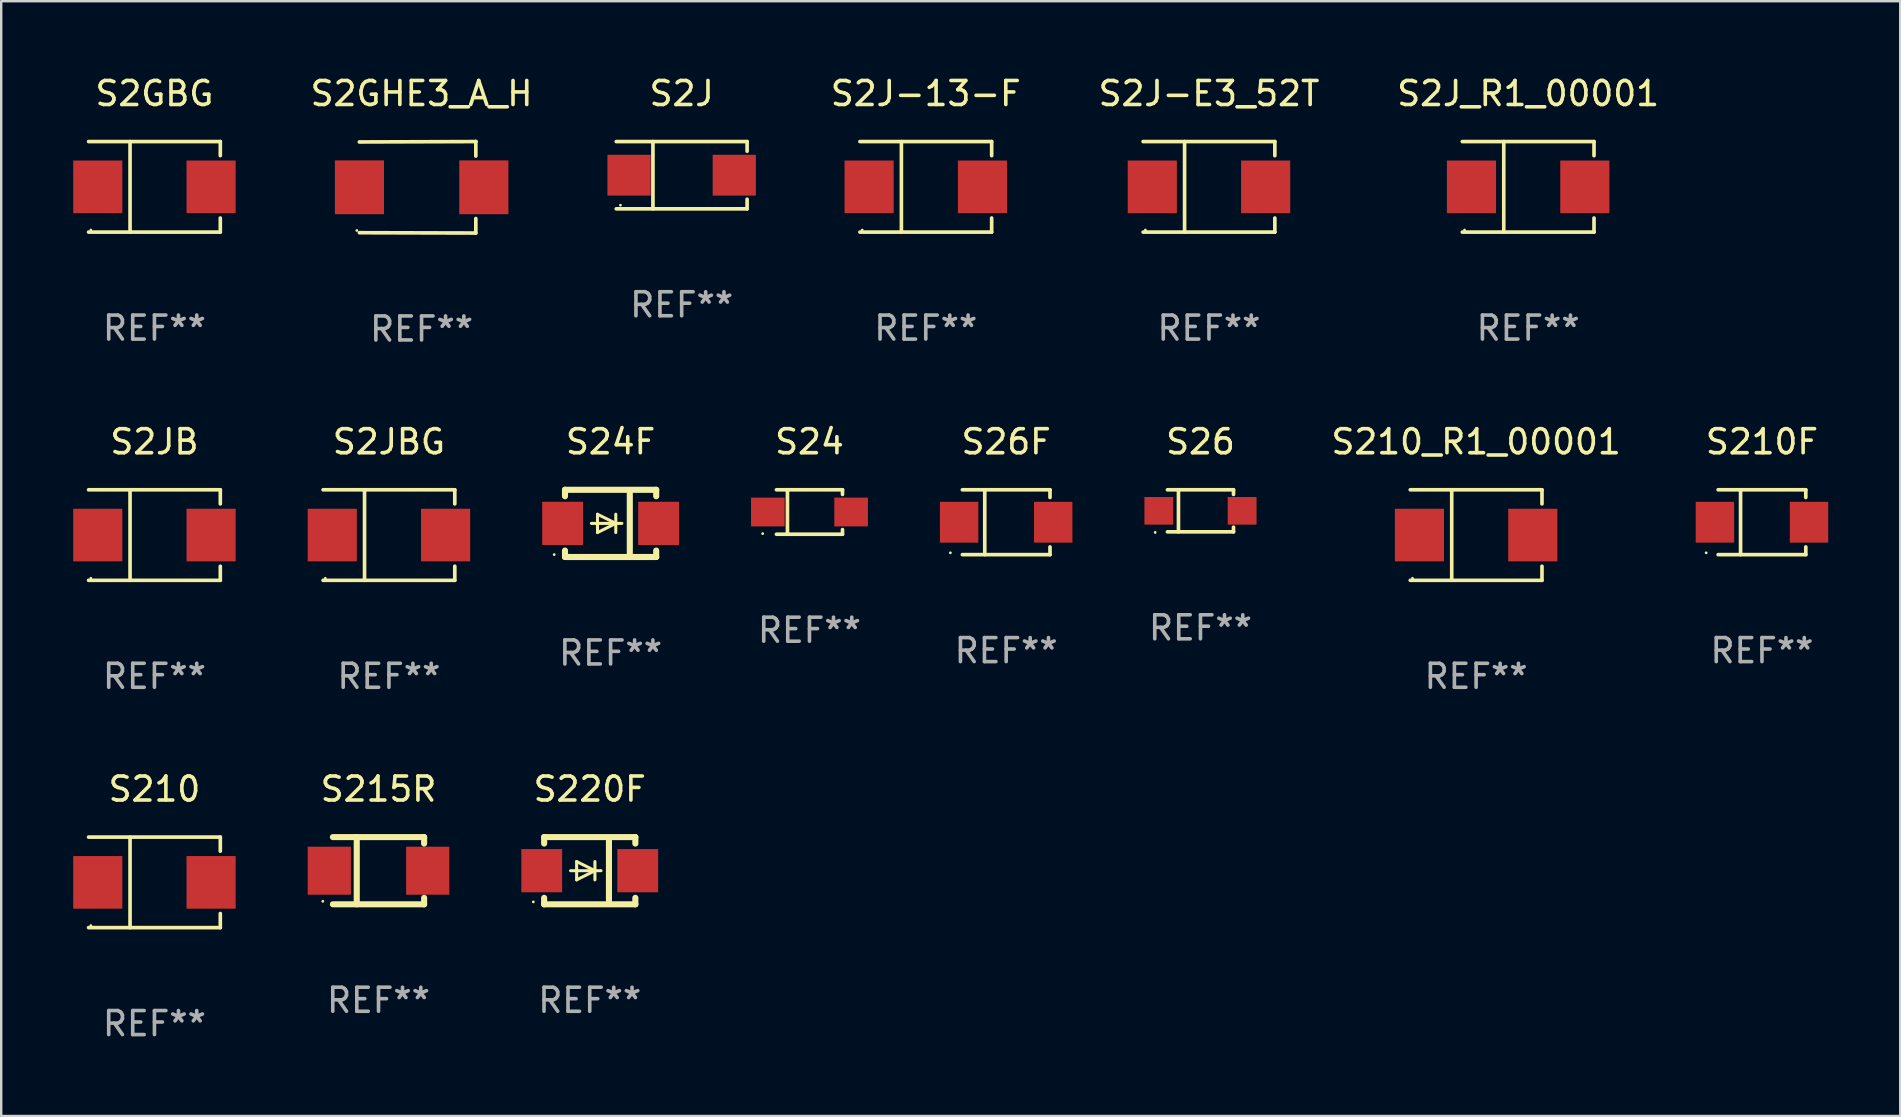
<source format=kicad_pcb>
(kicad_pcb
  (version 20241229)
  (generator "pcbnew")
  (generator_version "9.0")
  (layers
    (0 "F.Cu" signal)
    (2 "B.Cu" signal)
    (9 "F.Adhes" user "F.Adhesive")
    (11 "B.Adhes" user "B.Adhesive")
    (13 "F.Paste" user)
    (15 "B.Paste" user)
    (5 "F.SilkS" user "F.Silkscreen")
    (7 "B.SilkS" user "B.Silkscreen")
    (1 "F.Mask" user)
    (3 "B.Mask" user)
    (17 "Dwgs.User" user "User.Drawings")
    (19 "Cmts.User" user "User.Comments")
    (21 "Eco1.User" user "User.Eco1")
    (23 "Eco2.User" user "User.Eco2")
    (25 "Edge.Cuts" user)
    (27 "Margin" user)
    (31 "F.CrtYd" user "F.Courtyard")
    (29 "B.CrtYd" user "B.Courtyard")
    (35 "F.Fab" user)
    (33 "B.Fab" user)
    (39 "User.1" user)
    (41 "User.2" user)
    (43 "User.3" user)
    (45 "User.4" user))
  (footprint "S220F"
    (layer "F.Cu")
    (at 21.519 33.224)
    (property "Reference" "S220F" (at 0 -3.4 0) (layer "F.SilkS") (effects (font (size 1 1) (thickness 0.15))))
    (attr through_hole)
    (fp_line (start -1.9 -1.4) (end -1.9 -1.131) (stroke (width 0.254) (type solid)) (layer "F.SilkS"))
    (fp_line (start -1.9 -1.4) (end 1.9 -1.4) (stroke (width 0.254) (type solid)) (layer "F.SilkS"))
    (fp_line (start -1.9 1.131) (end -1.9 1.4) (stroke (width 0.254) (type solid)) (layer "F.SilkS"))
    (fp_line (start -1.9 1.4) (end 1.9 1.4) (stroke (width 0.254) (type solid)) (layer "F.SilkS"))
    (fp_line (start -0.8 0) (end 0.47 0) (stroke (width 0.127) (type solid)) (layer "F.SilkS"))
    (fp_line (start -0.546 -0.381) (end 0.216 0) (stroke (width 0.127) (type solid)) (layer "F.SilkS"))
    (fp_line (start -0.546 0) (end -0.546 -0.381) (stroke (width 0.127) (type solid)) (layer "F.SilkS"))
    (fp_line (start -0.546 0) (end -0.546 0.381) (stroke (width 0.127) (type solid)) (layer "F.SilkS"))
    (fp_line (start -0.546 0.381) (end 0.216 0) (stroke (width 0.127) (type solid)) (layer "F.SilkS"))
    (fp_line (start 0.216 0) (end 0.216 -0.381) (stroke (width 0.127) (type solid)) (layer "F.SilkS"))
    (fp_line (start 0.216 0) (end 0.216 0.381) (stroke (width 0.127) (type solid)) (layer "F.SilkS"))
    (fp_line (start 0.8 1.25) (end 0.8 -1.25) (stroke (width 0.254) (type solid)) (layer "F.SilkS"))
    (fp_line (start 1.9 -1.4) (end 1.9 -1.131) (stroke (width 0.254) (type solid)) (layer "F.SilkS"))
    (fp_line (start 1.9 1.131) (end 1.9 1.4) (stroke (width 0.254) (type solid)) (layer "F.SilkS"))
    (fp_circle (center -2.35 1.3) (end -2.32 1.3) (stroke (width 0.06) (type solid)) (fill no) (layer "F.SilkS"))
    (fp_text user "REF**" (at 0 5.4 0) (layer "F.Fab") (effects (font (size 1 1) (thickness 0.15))))
    (pad "1" smd rect (at -2 0 180) (size 1.7 1.8) (layers "F.Cu" "F.Mask" "F.Paste"))
    (pad "2" smd rect (at 2 0 180) (size 1.7 1.8) (layers "F.Cu" "F.Mask" "F.Paste")))
  (footprint "S2J-13-F"
    (layer "F.Cu")
    (at 35.519 4.734)
    (property "Reference" "S2J-13-F" (at 0 -3.886 0) (layer "F.SilkS") (effects (font (size 1 1) (thickness 0.15))))
    (attr through_hole)
    (fp_line (start -2.744 -1.886) (end 2.744 -1.886) (stroke (width 0.152) (type solid)) (layer "F.SilkS"))
    (fp_line (start -2.744 1.886) (end 2.744 1.886) (stroke (width 0.152) (type solid)) (layer "F.SilkS"))
    (fp_line (start -1.016 -1.886) (end -1.016 1.886) (stroke (width 0.152) (type solid)) (layer "F.SilkS"))
    (fp_line (start 2.744 -1.886) (end 2.744 -1.299) (stroke (width 0.152) (type solid)) (layer "F.SilkS"))
    (fp_line (start 2.744 1.886) (end 2.744 1.299) (stroke (width 0.152) (type solid)) (layer "F.SilkS"))
    (fp_circle (center -2.65 1.8) (end -2.62 1.8) (stroke (width 0.06) (type solid)) (fill no) (layer "F.SilkS"))
    (fp_text user "REF**" (at 0 5.886 0) (layer "F.Fab") (effects (font (size 1 1) (thickness 0.15))))
    (pad "1" smd rect (at -2.361 0) (size 2.047 2.192) (layers "F.Cu" "F.Mask" "F.Paste"))
    (pad "2" smd rect (at 2.361 0) (size 2.047 2.192) (layers "F.Cu" "F.Mask" "F.Paste")))
  (footprint "S26F"
    (layer "F.Cu")
    (at 38.868 18.706)
    (property "Reference" "S26F" (at 0 -3.351 0) (layer "F.SilkS") (effects (font (size 1 1) (thickness 0.15))))
    (attr through_hole)
    (fp_line (start -1.826 -1.351) (end 1.826 -1.351) (stroke (width 0.152) (type solid)) (layer "F.SilkS"))
    (fp_line (start -1.826 1.351) (end 1.826 1.351) (stroke (width 0.152) (type solid)) (layer "F.SilkS"))
    (fp_line (start -0.892 -1.351) (end -0.892 1.351) (stroke (width 0.152) (type solid)) (layer "F.SilkS"))
    (fp_line (start 1.826 -1.351) (end 1.826 -1.03) (stroke (width 0.152) (type solid)) (layer "F.SilkS"))
    (fp_line (start 1.826 1.03) (end 1.826 1.351) (stroke (width 0.152) (type solid)) (layer "F.SilkS"))
    (fp_circle (center -2.325 1.275) (end -2.295 1.275) (stroke (width 0.06) (type solid)) (fill no) (layer "F.SilkS"))
    (fp_text user "REF**" (at 0 5.351 0) (layer "F.Fab") (effects (font (size 1 1) (thickness 0.15))))
    (pad "1" smd rect (at -1.96 0 180) (size 1.6 1.7) (layers "F.Cu" "F.Mask" "F.Paste"))
    (pad "2" smd rect (at 1.96 0 180) (size 1.6 1.7) (layers "F.Cu" "F.Mask" "F.Paste")))
  (footprint "S2GBG"
    (layer "F.Cu")
    (at 3.384 4.734)
    (property "Reference" "S2GBG" (at 0 -3.886 0) (layer "F.SilkS") (effects (font (size 1 1) (thickness 0.15))))
    (attr through_hole)
    (fp_line (start -2.744 -1.886) (end 2.744 -1.886) (stroke (width 0.152) (type solid)) (layer "F.SilkS"))
    (fp_line (start -2.744 1.886) (end 2.744 1.886) (stroke (width 0.152) (type solid)) (layer "F.SilkS"))
    (fp_line (start -1.016 -1.886) (end -1.016 1.886) (stroke (width 0.152) (type solid)) (layer "F.SilkS"))
    (fp_line (start 2.744 -1.886) (end 2.744 -1.299) (stroke (width 0.152) (type solid)) (layer "F.SilkS"))
    (fp_line (start 2.744 1.886) (end 2.744 1.299) (stroke (width 0.152) (type solid)) (layer "F.SilkS"))
    (fp_circle (center -2.65 1.8) (end -2.62 1.8) (stroke (width 0.06) (type solid)) (fill no) (layer "F.SilkS"))
    (fp_text user "REF**" (at 0 5.886 0) (layer "F.Fab") (effects (font (size 1 1) (thickness 0.15))))
    (pad "1" smd rect (at -2.361 0) (size 2.047 2.192) (layers "F.Cu" "F.Mask" "F.Paste"))
    (pad "2" smd rect (at 2.361 0) (size 2.047 2.192) (layers "F.Cu" "F.Mask" "F.Paste")))
  (footprint "S2GHE3_A_H"
    (layer "F.Cu")
    (at 14.513 4.753)
    (property "Reference" "S2GHE3_A_H" (at 0 -3.905 0) (layer "F.SilkS") (effects (font (size 1 1) (thickness 0.15))))
    (attr through_hole)
    (fp_line (start 2.256 -1.905) (end -2.594 -1.889) (stroke (width 0.152) (type solid)) (layer "F.SilkS"))
    (fp_line (start 2.256 -1.905) (end 2.26 -1.905) (stroke (width 0.152) (type solid)) (layer "F.SilkS"))
    (fp_line (start 2.26 -1.905) (end 2.26 -1.301) (stroke (width 0.152) (type solid)) (layer "F.SilkS"))
    (fp_line (start 2.26 1.301) (end 2.26 1.905) (stroke (width 0.152) (type solid)) (layer "F.SilkS"))
    (fp_line (start 2.26 1.905) (end -2.59 1.892) (stroke (width 0.152) (type solid)) (layer "F.SilkS"))
    (fp_circle (center -2.697 1.8) (end -2.667 1.8) (stroke (width 0.06) (type solid)) (fill no) (layer "F.SilkS"))
    (fp_text user "REF**" (at 0 5.905 0) (layer "F.Fab") (effects (font (size 1 1) (thickness 0.15))))
    (pad "1" smd rect (at -2.588 0) (size 2.047 2.241) (layers "F.Cu" "F.Mask" "F.Paste"))
    (pad "2" smd rect (at 2.594 0) (size 2.047 2.241) (layers "F.Cu" "F.Mask" "F.Paste")))
  (footprint "S210"
    (layer "F.Cu")
    (at 3.384 33.71)
    (property "Reference" "S210" (at 0 -3.886 0) (layer "F.SilkS") (effects (font (size 1 1) (thickness 0.15))))
    (attr through_hole)
    (fp_line (start -2.744 -1.886) (end 2.744 -1.886) (stroke (width 0.152) (type solid)) (layer "F.SilkS"))
    (fp_line (start -2.744 1.886) (end 2.744 1.886) (stroke (width 0.152) (type solid)) (layer "F.SilkS"))
    (fp_line (start -1.016 -1.886) (end -1.016 1.886) (stroke (width 0.152) (type solid)) (layer "F.SilkS"))
    (fp_line (start 2.744 -1.886) (end 2.744 -1.299) (stroke (width 0.152) (type solid)) (layer "F.SilkS"))
    (fp_line (start 2.744 1.886) (end 2.744 1.299) (stroke (width 0.152) (type solid)) (layer "F.SilkS"))
    (fp_circle (center -2.65 1.8) (end -2.62 1.8) (stroke (width 0.06) (type solid)) (fill no) (layer "F.SilkS"))
    (fp_text user "REF**" (at 0 5.886 0) (layer "F.Fab") (effects (font (size 1 1) (thickness 0.15))))
    (pad "1" smd rect (at -2.361 0) (size 2.047 2.192) (layers "F.Cu" "F.Mask" "F.Paste"))
    (pad "2" smd rect (at 2.361 0) (size 2.047 2.192) (layers "F.Cu" "F.Mask" "F.Paste")))
  (footprint "S215R"
    (layer "F.Cu")
    (at 12.719 33.224)
    (property "Reference" "S215R" (at 0 -3.4 0) (layer "F.SilkS") (effects (font (size 1 1) (thickness 0.15))))
    (attr through_hole)
    (fp_line (start -1.9 -1.4) (end 1.9 -1.4) (stroke (width 0.254) (type solid)) (layer "F.SilkS"))
    (fp_line (start -1.9 1.4) (end 1.9 1.4) (stroke (width 0.254) (type solid)) (layer "F.SilkS"))
    (fp_line (start -0.954 -1.4) (end -0.907 -1.4) (stroke (width 0.254) (type solid)) (layer "F.SilkS"))
    (fp_line (start -0.907 -1.4) (end -0.907 1.4) (stroke (width 0.254) (type solid)) (layer "F.SilkS"))
    (fp_line (start 1.9 -1.4) (end 1.9 -1.131) (stroke (width 0.254) (type solid)) (layer "F.SilkS"))
    (fp_line (start 1.9 1.131) (end 1.9 1.4) (stroke (width 0.254) (type solid)) (layer "F.SilkS"))
    (fp_circle (center -2.32 1.275) (end -2.29 1.275) (stroke (width 0.06) (type solid)) (fill no) (layer "F.SilkS"))
    (fp_text user "REF**" (at 0 5.4 0) (layer "F.Fab") (effects (font (size 1 1) (thickness 0.15))))
    (pad "1" smd rect (at -2.05 0 180) (size 1.8 2) (layers "F.Cu" "F.Mask" "F.Paste"))
    (pad "2" smd rect (at 2.05 0 180) (size 1.8 2) (layers "F.Cu" "F.Mask" "F.Paste")))
  (footprint "S26"
    (layer "F.Cu")
    (at 46.963 18.231)
    (property "Reference" "S26" (at 0 -2.876 0) (layer "F.SilkS") (effects (font (size 1 1) (thickness 0.15))))
    (attr through_hole)
    (fp_line (start -1.376 -0.876) (end 1.376 -0.876) (stroke (width 0.152) (type solid)) (layer "F.SilkS"))
    (fp_line (start -1.376 0.876) (end 1.376 0.876) (stroke (width 0.152) (type solid)) (layer "F.SilkS"))
    (fp_line (start -0.917 -0.876) (end -0.917 0.876) (stroke (width 0.152) (type solid)) (layer "F.SilkS"))
    (fp_line (start 1.376 -0.876) (end 1.376 -0.683) (stroke (width 0.152) (type solid)) (layer "F.SilkS"))
    (fp_line (start 1.376 0.876) (end 1.376 0.683) (stroke (width 0.152) (type solid)) (layer "F.SilkS"))
    (fp_circle (center -1.887 0.9) (end -1.857 0.9) (stroke (width 0.06) (type solid)) (fill no) (layer "F.SilkS"))
    (fp_text user "REF**" (at 0 4.876 0) (layer "F.Fab") (effects (font (size 1 1) (thickness 0.15))))
    (pad "1" smd rect (at -1.735 0) (size 1.2 1.15) (layers "F.Cu" "F.Mask" "F.Paste"))
    (pad "2" smd rect (at 1.735 0) (size 1.2 1.15) (layers "F.Cu" "F.Mask" "F.Paste")))
  (footprint "S2J-E3_52T"
    (layer "F.Cu")
    (at 47.317 4.734)
    (property "Reference" "S2J-E3_52T" (at 0 -3.886 0) (layer "F.SilkS") (effects (font (size 1 1) (thickness 0.15))))
    (attr through_hole)
    (fp_line (start -2.744 -1.886) (end 2.744 -1.886) (stroke (width 0.152) (type solid)) (layer "F.SilkS"))
    (fp_line (start -2.744 1.886) (end 2.744 1.886) (stroke (width 0.152) (type solid)) (layer "F.SilkS"))
    (fp_line (start -1.016 -1.886) (end -1.016 1.886) (stroke (width 0.152) (type solid)) (layer "F.SilkS"))
    (fp_line (start 2.744 -1.886) (end 2.744 -1.299) (stroke (width 0.152) (type solid)) (layer "F.SilkS"))
    (fp_line (start 2.744 1.886) (end 2.744 1.299) (stroke (width 0.152) (type solid)) (layer "F.SilkS"))
    (fp_circle (center -2.65 1.8) (end -2.62 1.8) (stroke (width 0.06) (type solid)) (fill no) (layer "F.SilkS"))
    (fp_text user "REF**" (at 0 5.886 0) (layer "F.Fab") (effects (font (size 1 1) (thickness 0.15))))
    (pad "1" smd rect (at -2.361 0) (size 2.047 2.192) (layers "F.Cu" "F.Mask" "F.Paste"))
    (pad "2" smd rect (at 2.361 0) (size 2.047 2.192) (layers "F.Cu" "F.Mask" "F.Paste")))
  (footprint "S24"
    (layer "F.Cu")
    (at 30.673 18.281)
    (property "Reference" "S24" (at 0 -2.926 0) (layer "F.SilkS") (effects (font (size 1 1) (thickness 0.15))))
    (attr through_hole)
    (fp_line (start -1.376 -0.926) (end 1.376 -0.926) (stroke (width 0.152) (type solid)) (layer "F.SilkS"))
    (fp_line (start -1.376 0.926) (end 1.376 0.926) (stroke (width 0.152) (type solid)) (layer "F.SilkS"))
    (fp_line (start -0.917 -0.876) (end -0.917 0.876) (stroke (width 0.152) (type solid)) (layer "F.SilkS"))
    (fp_line (start 1.376 -0.926) (end 1.376 -0.733) (stroke (width 0.152) (type solid)) (layer "F.SilkS"))
    (fp_line (start 1.376 0.926) (end 1.376 0.733) (stroke (width 0.152) (type solid)) (layer "F.SilkS"))
    (fp_circle (center -1.95 0.9) (end -1.92 0.9) (stroke (width 0.06) (type solid)) (fill no) (layer "F.SilkS"))
    (fp_text user "REF**" (at 0 4.926 0) (layer "F.Fab") (effects (font (size 1 1) (thickness 0.15))))
    (pad "1" smd rect (at -1.735 0) (size 1.4 1.2) (layers "F.Cu" "F.Mask" "F.Paste"))
    (pad "2" smd rect (at 1.735 0) (size 1.4 1.2) (layers "F.Cu" "F.Mask" "F.Paste")))
  (footprint "S2JB"
    (layer "F.Cu")
    (at 3.384 19.241)
    (property "Reference" "S2JB" (at 0 -3.886 0) (layer "F.SilkS") (effects (font (size 1 1) (thickness 0.15))))
    (attr through_hole)
    (fp_line (start -2.744 -1.886) (end 2.744 -1.886) (stroke (width 0.152) (type solid)) (layer "F.SilkS"))
    (fp_line (start -2.744 1.886) (end 2.744 1.886) (stroke (width 0.152) (type solid)) (layer "F.SilkS"))
    (fp_line (start -1.016 -1.886) (end -1.016 1.886) (stroke (width 0.152) (type solid)) (layer "F.SilkS"))
    (fp_line (start 2.744 -1.886) (end 2.744 -1.299) (stroke (width 0.152) (type solid)) (layer "F.SilkS"))
    (fp_line (start 2.744 1.886) (end 2.744 1.299) (stroke (width 0.152) (type solid)) (layer "F.SilkS"))
    (fp_circle (center -2.65 1.8) (end -2.62 1.8) (stroke (width 0.06) (type solid)) (fill no) (layer "F.SilkS"))
    (fp_text user "REF**" (at 0 5.886 0) (layer "F.Fab") (effects (font (size 1 1) (thickness 0.15))))
    (pad "1" smd rect (at -2.361 0) (size 2.047 2.192) (layers "F.Cu" "F.Mask" "F.Paste"))
    (pad "2" smd rect (at 2.361 0) (size 2.047 2.192) (layers "F.Cu" "F.Mask" "F.Paste")))
  (footprint "S2JBG"
    (layer "F.Cu")
    (at 13.153 19.241)
    (property "Reference" "S2JBG" (at 0 -3.886 0) (layer "F.SilkS") (effects (font (size 1 1) (thickness 0.15))))
    (attr through_hole)
    (fp_line (start -2.744 -1.886) (end 2.744 -1.886) (stroke (width 0.152) (type solid)) (layer "F.SilkS"))
    (fp_line (start -2.744 1.886) (end 2.744 1.886) (stroke (width 0.152) (type solid)) (layer "F.SilkS"))
    (fp_line (start -1.016 -1.886) (end -1.016 1.886) (stroke (width 0.152) (type solid)) (layer "F.SilkS"))
    (fp_line (start 2.744 -1.886) (end 2.744 -1.299) (stroke (width 0.152) (type solid)) (layer "F.SilkS"))
    (fp_line (start 2.744 1.886) (end 2.744 1.299) (stroke (width 0.152) (type solid)) (layer "F.SilkS"))
    (fp_circle (center -2.65 1.8) (end -2.62 1.8) (stroke (width 0.06) (type solid)) (fill no) (layer "F.SilkS"))
    (fp_text user "REF**" (at 0 5.886 0) (layer "F.Fab") (effects (font (size 1 1) (thickness 0.15))))
    (pad "1" smd rect (at -2.361 0) (size 2.047 2.192) (layers "F.Cu" "F.Mask" "F.Paste"))
    (pad "2" smd rect (at 2.361 0) (size 2.047 2.192) (layers "F.Cu" "F.Mask" "F.Paste")))
  (footprint "S210_R1_00001"
    (layer "F.Cu")
    (at 58.446 19.241)
    (property "Reference" "S210_R1_00001" (at 0 -3.886 0) (layer "F.SilkS") (effects (font (size 1 1) (thickness 0.15))))
    (attr through_hole)
    (fp_line (start -2.744 -1.886) (end 2.744 -1.886) (stroke (width 0.152) (type solid)) (layer "F.SilkS"))
    (fp_line (start -2.744 1.886) (end 2.744 1.886) (stroke (width 0.152) (type solid)) (layer "F.SilkS"))
    (fp_line (start -1.016 -1.886) (end -1.016 1.886) (stroke (width 0.152) (type solid)) (layer "F.SilkS"))
    (fp_line (start 2.744 -1.886) (end 2.744 -1.299) (stroke (width 0.152) (type solid)) (layer "F.SilkS"))
    (fp_line (start 2.744 1.886) (end 2.744 1.299) (stroke (width 0.152) (type solid)) (layer "F.SilkS"))
    (fp_circle (center -2.65 1.8) (end -2.62 1.8) (stroke (width 0.06) (type solid)) (fill no) (layer "F.SilkS"))
    (fp_text user "REF**" (at 0 5.886 0) (layer "F.Fab") (effects (font (size 1 1) (thickness 0.15))))
    (pad "1" smd rect (at -2.361 0) (size 2.047 2.192) (layers "F.Cu" "F.Mask" "F.Paste"))
    (pad "2" smd rect (at 2.361 0) (size 2.047 2.192) (layers "F.Cu" "F.Mask" "F.Paste")))
  (footprint "S210F"
    (layer "F.Cu")
    (at 70.355 18.706)
    (property "Reference" "S210F" (at 0 -3.351 0) (layer "F.SilkS") (effects (font (size 1 1) (thickness 0.15))))
    (attr through_hole)
    (fp_line (start -1.826 -1.351) (end 1.826 -1.351) (stroke (width 0.152) (type solid)) (layer "F.SilkS"))
    (fp_line (start -1.826 1.351) (end 1.826 1.351) (stroke (width 0.152) (type solid)) (layer "F.SilkS"))
    (fp_line (start -0.892 -1.351) (end -0.892 1.351) (stroke (width 0.152) (type solid)) (layer "F.SilkS"))
    (fp_line (start 1.826 -1.351) (end 1.826 -1.03) (stroke (width 0.152) (type solid)) (layer "F.SilkS"))
    (fp_line (start 1.826 1.03) (end 1.826 1.351) (stroke (width 0.152) (type solid)) (layer "F.SilkS"))
    (fp_circle (center -2.325 1.275) (end -2.295 1.275) (stroke (width 0.06) (type solid)) (fill no) (layer "F.SilkS"))
    (fp_text user "REF**" (at 0 5.351 0) (layer "F.Fab") (effects (font (size 1 1) (thickness 0.15))))
    (pad "1" smd rect (at -1.96 0 180) (size 1.6 1.7) (layers "F.Cu" "F.Mask" "F.Paste"))
    (pad "2" smd rect (at 1.96 0 180) (size 1.6 1.7) (layers "F.Cu" "F.Mask" "F.Paste")))
  (footprint "S24F"
    (layer "F.Cu")
    (at 22.388 18.755)
    (property "Reference" "S24F" (at 0 -3.4 0) (layer "F.SilkS") (effects (font (size 1 1) (thickness 0.15))))
    (attr through_hole)
    (fp_line (start -1.9 -1.4) (end -1.9 -1.131) (stroke (width 0.254) (type solid)) (layer "F.SilkS"))
    (fp_line (start -1.9 -1.4) (end 1.9 -1.4) (stroke (width 0.254) (type solid)) (layer "F.SilkS"))
    (fp_line (start -1.9 1.131) (end -1.9 1.4) (stroke (width 0.254) (type solid)) (layer "F.SilkS"))
    (fp_line (start -1.9 1.4) (end 1.9 1.4) (stroke (width 0.254) (type solid)) (layer "F.SilkS"))
    (fp_line (start -0.8 0) (end 0.47 0) (stroke (width 0.127) (type solid)) (layer "F.SilkS"))
    (fp_line (start -0.546 -0.381) (end 0.216 0) (stroke (width 0.127) (type solid)) (layer "F.SilkS"))
    (fp_line (start -0.546 0) (end -0.546 -0.381) (stroke (width 0.127) (type solid)) (layer "F.SilkS"))
    (fp_line (start -0.546 0) (end -0.546 0.381) (stroke (width 0.127) (type solid)) (layer "F.SilkS"))
    (fp_line (start -0.546 0.381) (end 0.216 0) (stroke (width 0.127) (type solid)) (layer "F.SilkS"))
    (fp_line (start 0.216 0) (end 0.216 -0.381) (stroke (width 0.127) (type solid)) (layer "F.SilkS"))
    (fp_line (start 0.216 0) (end 0.216 0.381) (stroke (width 0.127) (type solid)) (layer "F.SilkS"))
    (fp_line (start 0.8 1.25) (end 0.8 -1.25) (stroke (width 0.254) (type solid)) (layer "F.SilkS"))
    (fp_line (start 1.9 -1.4) (end 1.9 -1.131) (stroke (width 0.254) (type solid)) (layer "F.SilkS"))
    (fp_line (start 1.9 1.131) (end 1.9 1.4) (stroke (width 0.254) (type solid)) (layer "F.SilkS"))
    (fp_circle (center -2.35 1.3) (end -2.32 1.3) (stroke (width 0.06) (type solid)) (fill no) (layer "F.SilkS"))
    (fp_text user "REF**" (at 0 5.4 0) (layer "F.Fab") (effects (font (size 1 1) (thickness 0.15))))
    (pad "1" smd rect (at -2 0 180) (size 1.7 1.8) (layers "F.Cu" "F.Mask" "F.Paste"))
    (pad "2" smd rect (at 2 0 180) (size 1.7 1.8) (layers "F.Cu" "F.Mask" "F.Paste")))
  (footprint "S2J_R1_00001"
    (layer "F.Cu")
    (at 60.614 4.734)
    (property "Reference" "S2J_R1_00001" (at 0 -3.886 0) (layer "F.SilkS") (effects (font (size 1 1) (thickness 0.15))))
    (attr through_hole)
    (fp_line (start -2.744 -1.886) (end 2.744 -1.886) (stroke (width 0.152) (type solid)) (layer "F.SilkS"))
    (fp_line (start -2.744 1.886) (end 2.744 1.886) (stroke (width 0.152) (type solid)) (layer "F.SilkS"))
    (fp_line (start -1.016 -1.886) (end -1.016 1.886) (stroke (width 0.152) (type solid)) (layer "F.SilkS"))
    (fp_line (start 2.744 -1.886) (end 2.744 -1.299) (stroke (width 0.152) (type solid)) (layer "F.SilkS"))
    (fp_line (start 2.744 1.886) (end 2.744 1.299) (stroke (width 0.152) (type solid)) (layer "F.SilkS"))
    (fp_circle (center -2.65 1.8) (end -2.62 1.8) (stroke (width 0.06) (type solid)) (fill no) (layer "F.SilkS"))
    (fp_text user "REF**" (at 0 5.886 0) (layer "F.Fab") (effects (font (size 1 1) (thickness 0.15))))
    (pad "1" smd rect (at -2.361 0) (size 2.047 2.192) (layers "F.Cu" "F.Mask" "F.Paste"))
    (pad "2" smd rect (at 2.361 0) (size 2.047 2.192) (layers "F.Cu" "F.Mask" "F.Paste")))
  (footprint "S2J"
    (layer "F.Cu")
    (at 25.349 4.249)
    (property "Reference" "S2J" (at 0 -3.401 0) (layer "F.SilkS") (effects (font (size 1 1) (thickness 0.15))))
    (attr through_hole)
    (fp_line (start -2.726 -1.401) (end 2.726 -1.401) (stroke (width 0.152) (type solid)) (layer "F.SilkS"))
    (fp_line (start -2.726 1.401) (end 2.726 1.401) (stroke (width 0.152) (type solid)) (layer "F.SilkS"))
    (fp_line (start -1.197 -1.401) (end -1.197 1.401) (stroke (width 0.152) (type solid)) (layer "F.SilkS"))
    (fp_line (start 2.726 -1.401) (end 2.726 -1) (stroke (width 0.152) (type solid)) (layer "F.SilkS"))
    (fp_line (start 2.726 1.401) (end 2.726 1) (stroke (width 0.152) (type solid)) (layer "F.SilkS"))
    (fp_circle (center -2.55 1.25) (end -2.52 1.25) (stroke (width 0.06) (type solid)) (fill no) (layer "F.SilkS"))
    (fp_text user "REF**" (at 0 5.401 0) (layer "F.Fab") (effects (font (size 1 1) (thickness 0.15))))
    (pad "1" smd rect (at -2.192 0) (size 1.8 1.7) (layers "F.Cu" "F.Mask" "F.Paste"))
    (pad "2" smd rect (at 2.192 0) (size 1.8 1.7) (layers "F.Cu" "F.Mask" "F.Paste")))
  (gr_rect
    (start -3 -3)
    (end 76.115 43.444)
    (stroke (width 0.1) (type default))
    (fill no)
    (layer "Edge.Cuts")))
</source>
